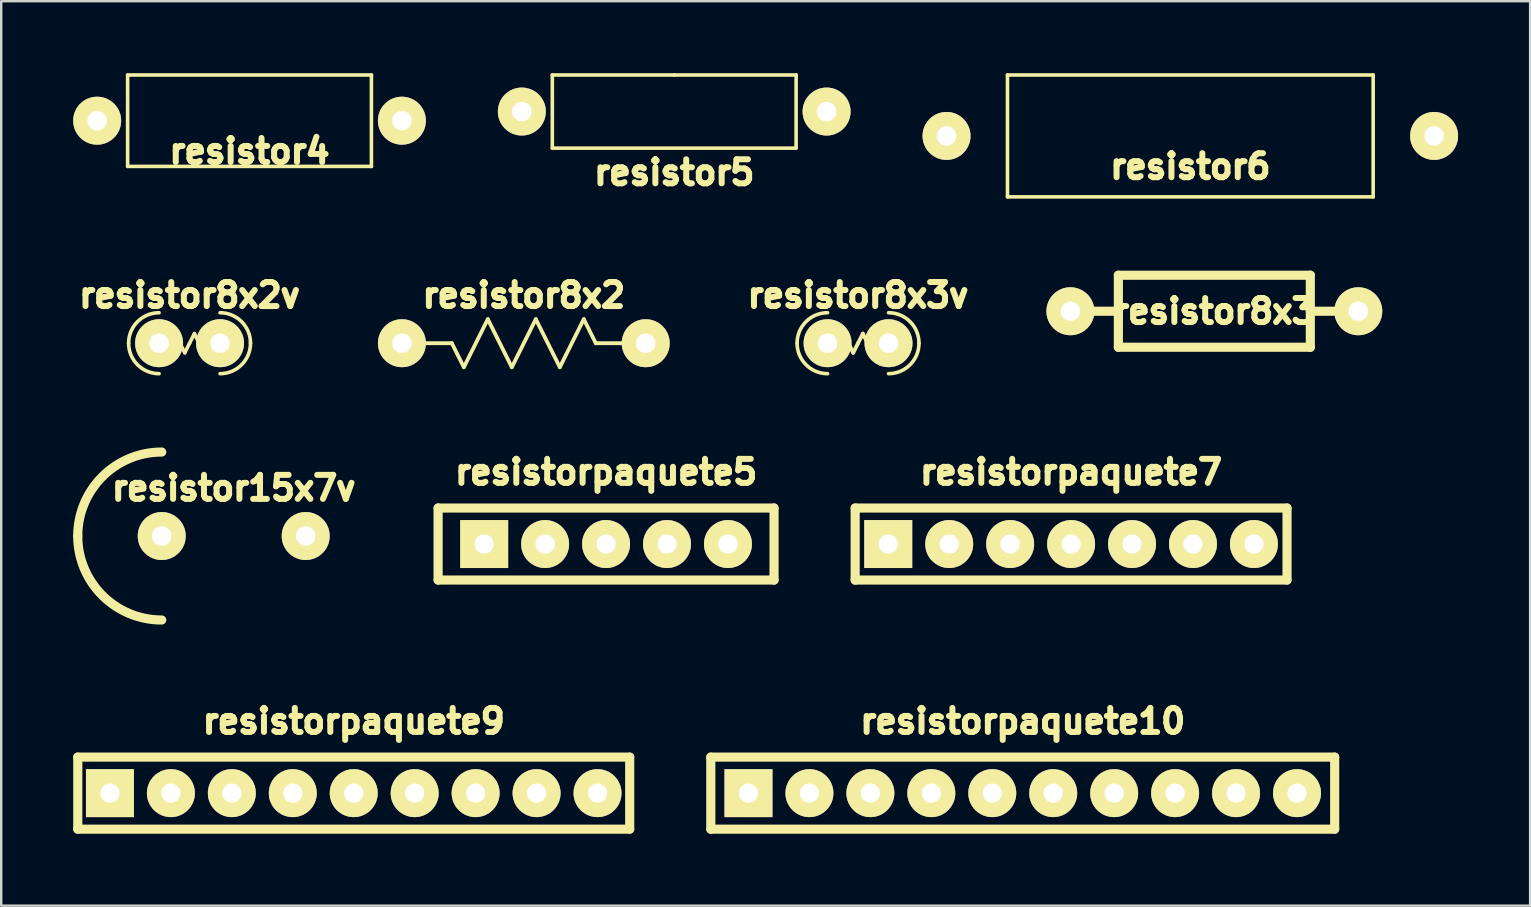
<source format=kicad_pcb>
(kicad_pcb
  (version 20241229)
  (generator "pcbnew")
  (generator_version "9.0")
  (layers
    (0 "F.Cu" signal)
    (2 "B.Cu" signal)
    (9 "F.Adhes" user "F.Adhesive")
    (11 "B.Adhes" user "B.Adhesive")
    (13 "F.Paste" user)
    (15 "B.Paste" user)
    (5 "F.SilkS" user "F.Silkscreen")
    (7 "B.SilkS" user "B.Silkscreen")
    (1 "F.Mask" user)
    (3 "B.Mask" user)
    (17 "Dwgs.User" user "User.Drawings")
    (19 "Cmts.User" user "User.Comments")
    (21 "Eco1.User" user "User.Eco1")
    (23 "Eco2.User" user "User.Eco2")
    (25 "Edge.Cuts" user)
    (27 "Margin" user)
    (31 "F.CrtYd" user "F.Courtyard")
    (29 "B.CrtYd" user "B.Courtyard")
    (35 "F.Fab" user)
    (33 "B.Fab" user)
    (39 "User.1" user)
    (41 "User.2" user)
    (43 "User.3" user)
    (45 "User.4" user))
  (footprint "resistor8x2"
    (layer "F.Cu")
    (at 18.78 11.253)
    (property "Reference" "resistor8x2" (at 0 -1.999 0) (layer "F.SilkS") (effects (font (size 1.001 1.001) (thickness 0.251))))
    (attr through_hole)
    (fp_line (start -3 0) (end -5.001 0) (stroke (width 0.16) (type solid)) (layer "F.SilkS"))
    (fp_line (start -2.499 1.001) (end -3 0) (stroke (width 0.16) (type solid)) (layer "F.SilkS"))
    (fp_line (start -1.501 -1.001) (end -2.499 1.001) (stroke (width 0.16) (type solid)) (layer "F.SilkS"))
    (fp_line (start -0.5 1.001) (end -1.501 -1.001) (stroke (width 0.16) (type solid)) (layer "F.SilkS"))
    (fp_line (start 0.5 -1.001) (end -0.5 1.001) (stroke (width 0.16) (type solid)) (layer "F.SilkS"))
    (fp_line (start 0.5 -1.001) (end 1.501 1.001) (stroke (width 0.16) (type solid)) (layer "F.SilkS"))
    (fp_line (start 1.501 1.001) (end 2.499 -1.001) (stroke (width 0.16) (type solid)) (layer "F.SilkS"))
    (fp_line (start 2.499 -1.001) (end 3 0) (stroke (width 0.16) (type solid)) (layer "F.SilkS"))
    (fp_line (start 3 0) (end 5.001 0) (stroke (width 0.16) (type solid)) (layer "F.SilkS"))
    (pad "1" thru_hole circle (at -5.08 0) (size 1.999 1.999) (drill 0.813) (layers "*.Cu" "*.Mask" "F.SilkS"))
    (pad "2" thru_hole circle (at 5.08 0) (size 1.999 1.999) (drill 0.813) (layers "*.Cu" "*.Mask" "F.SilkS")))
  (footprint "resistor4"
    (layer "F.Cu")
    (at 7.349 1.98)
    (property "Reference" "resistor4" (at 0 1.27 0) (layer "F.SilkS") (effects (font (size 1.001 1.001) (thickness 0.251))))
    (attr through_hole)
    (fp_line (start -5.08 -1.905) (end -5.08 1.905) (stroke (width 0.15) (type solid)) (layer "F.SilkS"))
    (fp_line (start -5.08 1.905) (end 5.08 1.905) (stroke (width 0.15) (type solid)) (layer "F.SilkS"))
    (fp_line (start 5.08 -1.905) (end -5.08 -1.905) (stroke (width 0.15) (type solid)) (layer "F.SilkS"))
    (fp_line (start 5.08 1.905) (end 5.08 -1.905) (stroke (width 0.15) (type solid)) (layer "F.SilkS"))
    (pad "1" thru_hole circle (at -6.35 0) (size 1.999 1.999) (drill 0.813) (layers "*.Cu" "*.Mask" "F.SilkS"))
    (pad "2" thru_hole circle (at 6.35 0) (size 1.999 1.999) (drill 0.813) (layers "*.Cu" "*.Mask" "F.SilkS")))
  (footprint "resistorpaquete5"
    (layer "F.Cu")
    (at 22.208 19.623)
    (property "Reference" "resistorpaquete5" (at 0 -3 0) (layer "F.SilkS") (effects (font (size 1.001 1.001) (thickness 0.251))))
    (attr through_hole)
    (fp_line (start -7 -1.501) (end 7 -1.501) (stroke (width 0.381) (type solid)) (layer "F.SilkS"))
    (fp_line (start -7 1.501) (end -7 -1.501) (stroke (width 0.381) (type solid)) (layer "F.SilkS"))
    (fp_line (start 7 -1.501) (end 7 1.501) (stroke (width 0.381) (type solid)) (layer "F.SilkS"))
    (fp_line (start 7 1.501) (end -7 1.501) (stroke (width 0.381) (type solid)) (layer "F.SilkS"))
    (pad "1" thru_hole rect (at -5.08 0) (size 1.999 1.999) (drill 0.8) (layers "*.Cu" "*.Mask" "F.SilkS"))
    (pad "2" thru_hole circle (at -2.54 0) (size 1.999 1.999) (drill 0.8) (layers "*.Cu" "*.Mask" "F.SilkS"))
    (pad "3" thru_hole circle (at 0 0) (size 1.999 1.999) (drill 0.8) (layers "*.Cu" "*.Mask" "F.SilkS"))
    (pad "4" thru_hole circle (at 2.54 0) (size 1.999 1.999) (drill 0.8) (layers "*.Cu" "*.Mask" "F.SilkS"))
    (pad "5" thru_hole circle (at 5.08 0) (size 1.999 1.999) (drill 0.8) (layers "*.Cu" "*.Mask" "F.SilkS")))
  (footprint "resistor15x7v"
    (layer "F.Cu")
    (at 6.69 19.289)
    (property "Reference" "resistor15x7v" (at 0 -1.999 0) (layer "F.SilkS") (effects (font (size 1.001 1.001) (thickness 0.251))))
    (attr through_hole)
    (fp_arc (start -6.49986 0) (mid -5.474699 -2.474959) (end -2.99974 -3.50012) (stroke (width 0.381) (type solid)) (layer "F.SilkS"))
    (fp_arc (start -2.99974 3.50012) (mid -5.474699 2.474959) (end -6.49986 0) (stroke (width 0.381) (type solid)) (layer "F.SilkS"))
    (pad "1" thru_hole circle (at -3 0) (size 1.999 1.999) (drill 0.813) (layers "*.Cu" "*.Mask" "F.SilkS"))
    (pad "2" thru_hole circle (at 3 0) (size 1.999 1.999) (drill 0.813) (layers "*.Cu" "*.Mask" "F.SilkS")))
  (footprint "resistor8x3v"
    (layer "F.Cu")
    (at 32.709 11.253)
    (property "Reference" "resistor8x3v" (at 0 -1.999 0) (layer "F.SilkS") (effects (font (size 1.001 1.001) (thickness 0.251))))
    (attr through_hole)
    (fp_line (start -1.501 0) (end -1.199 0) (stroke (width 0.16) (type solid)) (layer "F.SilkS"))
    (fp_line (start -1.001 0.399) (end -1.199 0) (stroke (width 0.16) (type solid)) (layer "F.SilkS"))
    (fp_line (start -0.599 -0.399) (end -1.001 0.399) (stroke (width 0.16) (type solid)) (layer "F.SilkS"))
    (fp_line (start -0.201 0.399) (end -0.599 -0.399) (stroke (width 0.16) (type solid)) (layer "F.SilkS"))
    (fp_line (start 0 0) (end -0.201 0.399) (stroke (width 0.16) (type solid)) (layer "F.SilkS"))
    (fp_line (start 0 0) (end 0.201 -0.399) (stroke (width 0.16) (type solid)) (layer "F.SilkS"))
    (fp_line (start 0.201 -0.399) (end 0.399 0) (stroke (width 0.16) (type solid)) (layer "F.SilkS"))
    (fp_line (start 0.399 0) (end 0.599 0.399) (stroke (width 0.16) (type solid)) (layer "F.SilkS"))
    (fp_line (start 0.599 0.399) (end 1.001 -0.399) (stroke (width 0.16) (type solid)) (layer "F.SilkS"))
    (fp_line (start 1.001 -0.399) (end 1.199 0) (stroke (width 0.16) (type solid)) (layer "F.SilkS"))
    (fp_line (start 1.199 0) (end 1.501 0) (stroke (width 0.16) (type solid)) (layer "F.SilkS"))
    (fp_arc (start -2.54 0) (mid -2.168026 -0.898026) (end -1.27 -1.27) (stroke (width 0.14986) (type solid)) (layer "F.SilkS"))
    (fp_arc (start -1.27 1.27) (mid -2.168026 0.898026) (end -2.54 0) (stroke (width 0.14986) (type solid)) (layer "F.SilkS"))
    (fp_arc (start 1.27 -1.27) (mid 2.168026 -0.898026) (end 2.54 0) (stroke (width 0.14986) (type solid)) (layer "F.SilkS"))
    (fp_arc (start 2.54 0) (mid 2.168026 0.898026) (end 1.27 1.27) (stroke (width 0.14986) (type solid)) (layer "F.SilkS"))
    (pad "1" thru_hole circle (at -1.27 0) (size 1.999 1.999) (drill 0.813) (layers "*.Cu" "*.Mask" "F.SilkS"))
    (pad "2" thru_hole circle (at 1.27 0) (size 1.999 1.999) (drill 0.813) (layers "*.Cu" "*.Mask" "F.SilkS")))
  (footprint "resistor8x3"
    (layer "F.Cu")
    (at 47.558 9.921)
    (property "Reference" "resistor8x3" (at 0 0 0) (layer "F.SilkS") (effects (font (size 1.001 1.001) (thickness 0.251))))
    (attr through_hole)
    (fp_line (start -5.999 0) (end -4 0) (stroke (width 0.381) (type solid)) (layer "F.SilkS"))
    (fp_line (start -4 -1.501) (end 4 -1.501) (stroke (width 0.381) (type solid)) (layer "F.SilkS"))
    (fp_line (start -4 1.501) (end -4 -1.501) (stroke (width 0.381) (type solid)) (layer "F.SilkS"))
    (fp_line (start 4 -1.501) (end 4 1.501) (stroke (width 0.381) (type solid)) (layer "F.SilkS"))
    (fp_line (start 4 0) (end 5.999 0) (stroke (width 0.381) (type solid)) (layer "F.SilkS"))
    (fp_line (start 4 1.501) (end -4 1.501) (stroke (width 0.381) (type solid)) (layer "F.SilkS"))
    (pad "1" thru_hole circle (at -5.999 0) (size 1.999 1.999) (drill 0.813) (layers "*.Cu" "*.Mask" "F.SilkS"))
    (pad "2" thru_hole circle (at 5.999 0) (size 1.999 1.999) (drill 0.813) (layers "*.Cu" "*.Mask" "F.SilkS")))
  (footprint "resistor6"
    (layer "F.Cu")
    (at 46.557 2.615)
    (property "Reference" "resistor6" (at 0 1.27 0) (layer "F.SilkS") (effects (font (size 1.001 1.001) (thickness 0.251))))
    (attr through_hole)
    (fp_line (start -7.62 -2.54) (end -7.62 2.54) (stroke (width 0.15) (type solid)) (layer "F.SilkS"))
    (fp_line (start -7.62 2.54) (end 7.62 2.54) (stroke (width 0.15) (type solid)) (layer "F.SilkS"))
    (fp_line (start 7.62 -2.54) (end -7.62 -2.54) (stroke (width 0.15) (type solid)) (layer "F.SilkS"))
    (fp_line (start 7.62 2.54) (end 7.62 -2.54) (stroke (width 0.15) (type solid)) (layer "F.SilkS"))
    (pad "1" thru_hole circle (at -10.16 0) (size 1.999 1.999) (drill 0.813) (layers "*.Cu" "*.Mask" "F.SilkS"))
    (pad "2" thru_hole circle (at 10.16 0) (size 1.999 1.999) (drill 0.813) (layers "*.Cu" "*.Mask" "F.SilkS")))
  (footprint "resistorpaquete10"
    (layer "F.Cu")
    (at 39.573 30.004)
    (property "Reference" "resistorpaquete10" (at 0 -3 0) (layer "F.SilkS") (effects (font (size 1.001 1.001) (thickness 0.251))))
    (attr through_hole)
    (fp_line (start -13 -1.501) (end 13 -1.501) (stroke (width 0.381) (type solid)) (layer "F.SilkS"))
    (fp_line (start -13 1.501) (end -13 -1.501) (stroke (width 0.381) (type solid)) (layer "F.SilkS"))
    (fp_line (start 13 -1.501) (end 13 1.501) (stroke (width 0.381) (type solid)) (layer "F.SilkS"))
    (fp_line (start 13 1.501) (end -13 1.501) (stroke (width 0.381) (type solid)) (layer "F.SilkS"))
    (pad "1" thru_hole rect (at -11.43 0) (size 1.999 1.999) (drill 0.8) (layers "*.Cu" "*.Mask" "F.SilkS"))
    (pad "2" thru_hole circle (at -8.89 0) (size 1.999 1.999) (drill 0.8) (layers "*.Cu" "*.Mask" "F.SilkS"))
    (pad "3" thru_hole circle (at -6.35 0) (size 1.999 1.999) (drill 0.8) (layers "*.Cu" "*.Mask" "F.SilkS"))
    (pad "4" thru_hole circle (at -3.81 0) (size 1.999 1.999) (drill 0.8) (layers "*.Cu" "*.Mask" "F.SilkS"))
    (pad "5" thru_hole circle (at -1.27 0) (size 1.999 1.999) (drill 0.8) (layers "*.Cu" "*.Mask" "F.SilkS"))
    (pad "6" thru_hole circle (at 1.27 0) (size 1.999 1.999) (drill 0.8) (layers "*.Cu" "*.Mask" "F.SilkS"))
    (pad "7" thru_hole circle (at 3.81 0) (size 1.999 1.999) (drill 0.8) (layers "*.Cu" "*.Mask" "F.SilkS"))
    (pad "8" thru_hole circle (at 6.35 0) (size 1.999 1.999) (drill 0.8) (layers "*.Cu" "*.Mask" "F.SilkS"))
    (pad "9" thru_hole circle (at 8.89 0) (size 1.999 1.999) (drill 0.8) (layers "*.Cu" "*.Mask" "F.SilkS"))
    (pad "10" thru_hole circle (at 11.43 0) (size 1.999 1.999) (drill 0.8) (layers "*.Cu" "*.Mask" "F.SilkS")))
  (footprint "resistor8x2v"
    (layer "F.Cu")
    (at 4.85 11.253)
    (property "Reference" "resistor8x2v" (at 0 -1.999 0) (layer "F.SilkS") (effects (font (size 1.001 1.001) (thickness 0.251))))
    (attr through_hole)
    (fp_line (start -1.199 0) (end -1.4 0) (stroke (width 0.15) (type solid)) (layer "F.SilkS"))
    (fp_line (start -1.001 0.399) (end -1.199 0) (stroke (width 0.15) (type solid)) (layer "F.SilkS"))
    (fp_line (start -0.599 -0.399) (end -1.001 0.399) (stroke (width 0.15) (type solid)) (layer "F.SilkS"))
    (fp_line (start -0.201 0.399) (end -0.599 -0.399) (stroke (width 0.15) (type solid)) (layer "F.SilkS"))
    (fp_line (start 0 0) (end -0.201 0.399) (stroke (width 0.15) (type solid)) (layer "F.SilkS"))
    (fp_line (start 0 0) (end 0.201 -0.399) (stroke (width 0.15) (type solid)) (layer "F.SilkS"))
    (fp_line (start 0.201 -0.399) (end 0.399 0) (stroke (width 0.15) (type solid)) (layer "F.SilkS"))
    (fp_line (start 0.399 0) (end 0.599 0.399) (stroke (width 0.15) (type solid)) (layer "F.SilkS"))
    (fp_line (start 0.599 0.399) (end 1.001 -0.399) (stroke (width 0.15) (type solid)) (layer "F.SilkS"))
    (fp_line (start 1.001 -0.399) (end 1.199 0) (stroke (width 0.15) (type solid)) (layer "F.SilkS"))
    (fp_line (start 1.199 0) (end 1.4 0) (stroke (width 0.15) (type solid)) (layer "F.SilkS"))
    (fp_arc (start -2.54 0) (mid -2.168026 -0.898026) (end -1.27 -1.27) (stroke (width 0.14986) (type solid)) (layer "F.SilkS"))
    (fp_arc (start -1.27 1.27) (mid -2.168026 0.898026) (end -2.54 0) (stroke (width 0.14986) (type solid)) (layer "F.SilkS"))
    (fp_arc (start 1.27 -1.27) (mid 2.168026 -0.898026) (end 2.54 0) (stroke (width 0.14986) (type solid)) (layer "F.SilkS"))
    (fp_arc (start 2.54 0) (mid 2.168026 0.898026) (end 1.27 1.27) (stroke (width 0.14986) (type solid)) (layer "F.SilkS"))
    (pad "1" thru_hole circle (at -1.27 0) (size 1.999 1.999) (drill 0.813) (layers "*.Cu" "*.Mask" "F.SilkS"))
    (pad "2" thru_hole circle (at 1.27 0) (size 1.999 1.999) (drill 0.813) (layers "*.Cu" "*.Mask" "F.SilkS")))
  (footprint "resistorpaquete9"
    (layer "F.Cu")
    (at 11.692 30.004)
    (property "Reference" "resistorpaquete9" (at 0 -3 0) (layer "F.SilkS") (effects (font (size 1.001 1.001) (thickness 0.251))))
    (attr through_hole)
    (fp_line (start -11.501 -1.501) (end 11.501 -1.501) (stroke (width 0.381) (type solid)) (layer "F.SilkS"))
    (fp_line (start -11.501 1.501) (end -11.501 -1.501) (stroke (width 0.381) (type solid)) (layer "F.SilkS"))
    (fp_line (start 11.501 -1.501) (end 11.501 1.501) (stroke (width 0.381) (type solid)) (layer "F.SilkS"))
    (fp_line (start 11.501 1.501) (end -11.501 1.501) (stroke (width 0.381) (type solid)) (layer "F.SilkS"))
    (pad "1" thru_hole rect (at -10.16 0) (size 1.999 1.999) (drill 0.8) (layers "*.Cu" "*.Mask" "F.SilkS"))
    (pad "2" thru_hole circle (at -7.62 0) (size 1.999 1.999) (drill 0.8) (layers "*.Cu" "*.Mask" "F.SilkS"))
    (pad "3" thru_hole circle (at -5.08 0) (size 1.999 1.999) (drill 0.8) (layers "*.Cu" "*.Mask" "F.SilkS"))
    (pad "4" thru_hole circle (at -2.54 0) (size 1.999 1.999) (drill 0.8) (layers "*.Cu" "*.Mask" "F.SilkS"))
    (pad "5" thru_hole circle (at 0 0) (size 1.999 1.999) (drill 0.8) (layers "*.Cu" "*.Mask" "F.SilkS"))
    (pad "6" thru_hole circle (at 2.54 0) (size 1.999 1.999) (drill 0.8) (layers "*.Cu" "*.Mask" "F.SilkS"))
    (pad "7" thru_hole circle (at 5.08 0) (size 1.999 1.999) (drill 0.8) (layers "*.Cu" "*.Mask" "F.SilkS"))
    (pad "8" thru_hole circle (at 7.62 0) (size 1.999 1.999) (drill 0.8) (layers "*.Cu" "*.Mask" "F.SilkS"))
    (pad "9" thru_hole circle (at 10.16 0) (size 1.999 1.999) (drill 0.8) (layers "*.Cu" "*.Mask" "F.SilkS")))
  (footprint "resistorpaquete7"
    (layer "F.Cu")
    (at 41.588 19.623)
    (property "Reference" "resistorpaquete7" (at 0 -3 0) (layer "F.SilkS") (effects (font (size 1.001 1.001) (thickness 0.251))))
    (attr through_hole)
    (fp_line (start -8.999 -1.501) (end 8.999 -1.501) (stroke (width 0.381) (type solid)) (layer "F.SilkS"))
    (fp_line (start -8.999 1.501) (end -8.999 -1.501) (stroke (width 0.381) (type solid)) (layer "F.SilkS"))
    (fp_line (start 8.999 -1.501) (end 8.999 1.501) (stroke (width 0.381) (type solid)) (layer "F.SilkS"))
    (fp_line (start 8.999 1.501) (end -8.999 1.501) (stroke (width 0.381) (type solid)) (layer "F.SilkS"))
    (pad "1" thru_hole rect (at -7.62 0) (size 1.999 1.999) (drill 0.8) (layers "*.Cu" "*.Mask" "F.SilkS"))
    (pad "2" thru_hole circle (at -5.08 0) (size 1.999 1.999) (drill 0.8) (layers "*.Cu" "*.Mask" "F.SilkS"))
    (pad "3" thru_hole circle (at -2.54 0) (size 1.999 1.999) (drill 0.8) (layers "*.Cu" "*.Mask" "F.SilkS"))
    (pad "4" thru_hole circle (at 0 0) (size 1.999 1.999) (drill 0.8) (layers "*.Cu" "*.Mask" "F.SilkS"))
    (pad "5" thru_hole circle (at 2.54 0) (size 1.999 1.999) (drill 0.8) (layers "*.Cu" "*.Mask" "F.SilkS"))
    (pad "6" thru_hole circle (at 5.08 0) (size 1.999 1.999) (drill 0.8) (layers "*.Cu" "*.Mask" "F.SilkS"))
    (pad "7" thru_hole circle (at 7.62 0) (size 1.999 1.999) (drill 0.8) (layers "*.Cu" "*.Mask" "F.SilkS")))
  (footprint "resistor5"
    (layer "F.Cu")
    (at 25.048 1.599)
    (property "Reference" "resistor5" (at 0 2.54 0) (layer "F.SilkS") (effects (font (size 1.001 1.001) (thickness 0.251))))
    (attr through_hole)
    (fp_line (start -5.08 -1.524) (end -5.08 1.524) (stroke (width 0.15) (type solid)) (layer "F.SilkS"))
    (fp_line (start -5.08 1.524) (end 5.08 1.524) (stroke (width 0.15) (type solid)) (layer "F.SilkS"))
    (fp_line (start 0 -1.524) (end -5.08 -1.524) (stroke (width 0.15) (type solid)) (layer "F.SilkS"))
    (fp_line (start 5.08 -1.524) (end 0 -1.524) (stroke (width 0.15) (type solid)) (layer "F.SilkS"))
    (fp_line (start 5.08 1.524) (end 5.08 -1.524) (stroke (width 0.15) (type solid)) (layer "F.SilkS"))
    (pad "1" thru_hole circle (at -6.35 0) (size 1.999 1.999) (drill 0.813) (layers "*.Cu" "*.Mask" "F.SilkS"))
    (pad "2" thru_hole circle (at 6.35 0) (size 1.999 1.999) (drill 0.813) (layers "*.Cu" "*.Mask" "F.SilkS")))
  (gr_rect
    (start -3 -3)
    (end 60.717 34.695)
    (stroke (width 0.1) (type default))
    (fill no)
    (layer "Edge.Cuts")))
</source>
